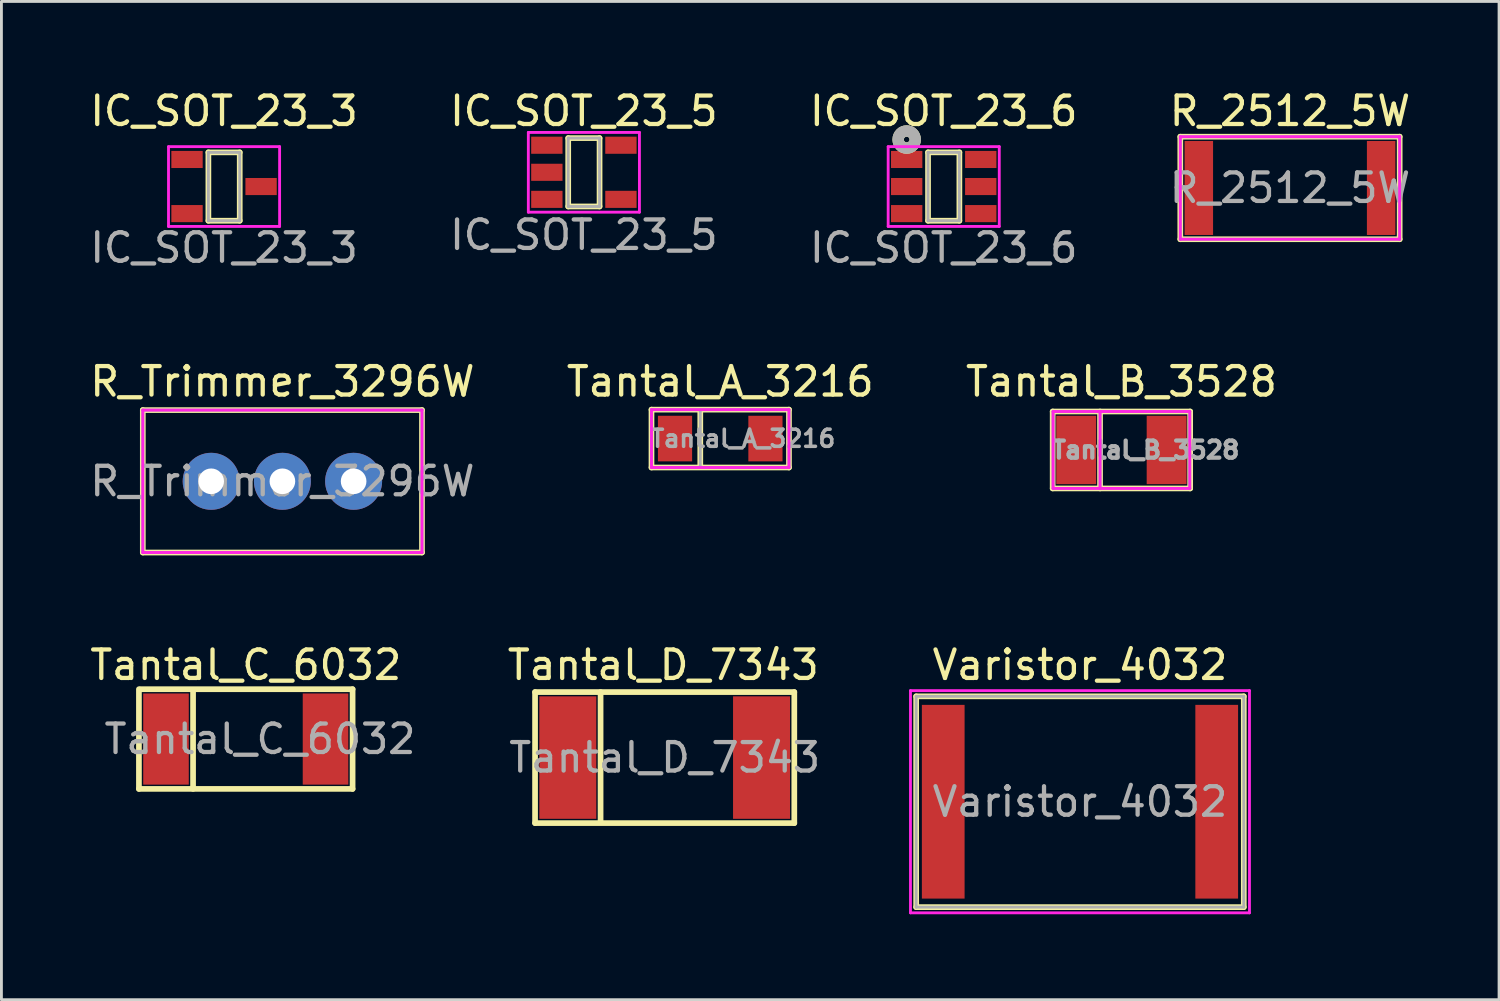
<source format=kicad_pcb>
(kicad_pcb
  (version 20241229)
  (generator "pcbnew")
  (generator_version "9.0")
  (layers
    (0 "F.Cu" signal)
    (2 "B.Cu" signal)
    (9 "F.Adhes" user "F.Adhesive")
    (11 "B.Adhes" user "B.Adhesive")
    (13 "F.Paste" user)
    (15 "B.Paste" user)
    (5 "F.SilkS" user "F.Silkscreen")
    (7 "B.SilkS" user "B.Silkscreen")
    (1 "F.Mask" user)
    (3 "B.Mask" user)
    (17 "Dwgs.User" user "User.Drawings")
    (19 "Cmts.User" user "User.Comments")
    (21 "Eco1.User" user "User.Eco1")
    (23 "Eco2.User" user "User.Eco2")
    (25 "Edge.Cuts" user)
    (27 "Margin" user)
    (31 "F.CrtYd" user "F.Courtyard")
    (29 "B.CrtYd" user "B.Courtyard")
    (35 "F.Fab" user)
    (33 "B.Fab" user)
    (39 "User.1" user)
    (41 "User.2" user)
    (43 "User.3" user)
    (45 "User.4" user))
  (footprint "IC_SOT_23_3"
    (layer "F.Cu")
    (at 4.815 3.498)
    (property "Reference" "IC_SOT_23_3" (at 0 -2.65 0) (layer "F.SilkS") (effects (font (size 1 1) (thickness 0.15))))
    (attr through_hole)
    (fp_line (start -0.55 -1.2) (end 0.55 -1.2) (stroke (width 0.2) (type solid)) (layer "F.SilkS"))
    (fp_line (start -0.55 1.2) (end -0.55 -1.2) (stroke (width 0.2) (type solid)) (layer "F.SilkS"))
    (fp_line (start 0.55 -1.2) (end 0.55 1.2) (stroke (width 0.2) (type solid)) (layer "F.SilkS"))
    (fp_line (start 0.55 1.2) (end -0.55 1.2) (stroke (width 0.2) (type solid)) (layer "F.SilkS"))
    (fp_line (start -1.95 -1.4) (end 1.95 -1.4) (stroke (width 0.1) (type solid)) (layer "F.CrtYd"))
    (fp_line (start -1.95 1.4) (end -1.95 -1.4) (stroke (width 0.1) (type solid)) (layer "F.CrtYd"))
    (fp_line (start 1.95 -1.4) (end 1.95 1.4) (stroke (width 0.1) (type solid)) (layer "F.CrtYd"))
    (fp_line (start 1.95 1.4) (end -1.95 1.4) (stroke (width 0.1) (type solid)) (layer "F.CrtYd"))
    (fp_line (start -0.55 -1.2) (end 0.55 -1.2) (stroke (width 0.1) (type solid)) (layer "F.Fab"))
    (fp_line (start -0.55 1.2) (end -0.55 -1.2) (stroke (width 0.1) (type solid)) (layer "F.Fab"))
    (fp_line (start 0.55 -1.2) (end 0.55 1.2) (stroke (width 0.1) (type solid)) (layer "F.Fab"))
    (fp_line (start 0.55 1.2) (end -0.55 1.2) (stroke (width 0.1) (type solid)) (layer "F.Fab"))
    (fp_text user "${REFERENCE}" (at 0 2.15 0) (layer "F.Fab") (effects (font (size 1 1) (thickness 0.15))))
    (pad "1" smd rect (at -1.3 -0.95) (size 1.1 0.6) (layers "F.Cu" "F.Mask" "F.Paste"))
    (pad "2" smd rect (at -1.3 0.95) (size 1.1 0.6) (layers "F.Cu" "F.Mask" "F.Paste"))
    (pad "3" smd rect (at 1.3 0) (size 1.1 0.6) (layers "F.Cu" "F.Mask" "F.Paste")))
  (footprint "IC_SOT_23_5"
    (layer "F.Cu")
    (at 17.446 2.998)
    (property "Reference" "IC_SOT_23_5" (at 0 -2.15 0) (layer "F.SilkS") (effects (font (size 1 1) (thickness 0.15))))
    (attr through_hole)
    (fp_line (start -0.55 -1.2) (end 0.55 -1.2) (stroke (width 0.2) (type solid)) (layer "F.SilkS"))
    (fp_line (start -0.55 1.2) (end -0.55 -1.2) (stroke (width 0.2) (type solid)) (layer "F.SilkS"))
    (fp_line (start 0.55 -1.2) (end 0.55 1.2) (stroke (width 0.2) (type solid)) (layer "F.SilkS"))
    (fp_line (start 0.55 1.2) (end -0.55 1.2) (stroke (width 0.2) (type solid)) (layer "F.SilkS"))
    (fp_line (start -1.95 -1.4) (end 1.95 -1.4) (stroke (width 0.1) (type solid)) (layer "F.CrtYd"))
    (fp_line (start -1.95 1.4) (end -1.95 -1.4) (stroke (width 0.1) (type solid)) (layer "F.CrtYd"))
    (fp_line (start 1.95 -1.4) (end 1.95 1.4) (stroke (width 0.1) (type solid)) (layer "F.CrtYd"))
    (fp_line (start 1.95 1.4) (end -1.95 1.4) (stroke (width 0.1) (type solid)) (layer "F.CrtYd"))
    (fp_line (start -0.55 -1.2) (end 0.55 -1.2) (stroke (width 0.1) (type solid)) (layer "F.Fab"))
    (fp_line (start -0.55 1.2) (end -0.55 -1.2) (stroke (width 0.1) (type solid)) (layer "F.Fab"))
    (fp_line (start 0.55 -1.2) (end 0.55 1.2) (stroke (width 0.1) (type solid)) (layer "F.Fab"))
    (fp_line (start 0.55 1.2) (end -0.55 1.2) (stroke (width 0.1) (type solid)) (layer "F.Fab"))
    (fp_text user "${REFERENCE}" (at 0 2.2 0) (layer "F.Fab") (effects (font (size 1 1) (thickness 0.15))))
    (pad "1" smd rect (at -1.3 -0.95) (size 1.1 0.6) (layers "F.Cu" "F.Mask" "F.Paste"))
    (pad "2" smd rect (at -1.3 0) (size 1.1 0.6) (layers "F.Cu" "F.Mask" "F.Paste"))
    (pad "3" smd rect (at -1.3 0.95) (size 1.1 0.6) (layers "F.Cu" "F.Mask" "F.Paste"))
    (pad "4" smd rect (at 1.3 0.95) (size 1.1 0.6) (layers "F.Cu" "F.Mask" "F.Paste"))
    (pad "5" smd rect (at 1.3 -0.95) (size 1.1 0.6) (layers "F.Cu" "F.Mask" "F.Paste")))
  (footprint "Varistor_4032"
    (layer "F.Cu")
    (at 34.86 25.093)
    (property "Reference" "Varistor_4032" (at 0 -4.8 0) (layer "F.SilkS") (effects (font (size 1 1) (thickness 0.15))))
    (attr through_hole)
    (fp_line (start -5.75 -3.7) (end -5.75 3.7) (stroke (width 0.2) (type solid)) (layer "F.SilkS"))
    (fp_line (start -5.75 3.7) (end 5.75 3.7) (stroke (width 0.2) (type solid)) (layer "F.SilkS"))
    (fp_line (start 5.75 -3.7) (end -5.75 -3.7) (stroke (width 0.2) (type solid)) (layer "F.SilkS"))
    (fp_line (start 5.75 3.7) (end 5.75 -3.7) (stroke (width 0.2) (type solid)) (layer "F.SilkS"))
    (fp_line (start -5.95 -3.9) (end -5.95 3.9) (stroke (width 0.1) (type solid)) (layer "F.CrtYd"))
    (fp_line (start -5.95 3.9) (end 5.95 3.9) (stroke (width 0.1) (type solid)) (layer "F.CrtYd"))
    (fp_line (start 5.95 -3.9) (end -5.95 -3.9) (stroke (width 0.1) (type solid)) (layer "F.CrtYd"))
    (fp_line (start 5.95 3.9) (end 5.95 -3.9) (stroke (width 0.1) (type solid)) (layer "F.CrtYd"))
    (fp_line (start -5.75 -3.7) (end -5.75 3.7) (stroke (width 0.1) (type solid)) (layer "F.Fab"))
    (fp_line (start -5.75 3.7) (end 5.75 3.7) (stroke (width 0.1) (type solid)) (layer "F.Fab"))
    (fp_line (start 5.75 -3.7) (end -5.75 -3.7) (stroke (width 0.1) (type solid)) (layer "F.Fab"))
    (fp_line (start 5.75 3.7) (end 5.75 -3.7) (stroke (width 0.1) (type solid)) (layer "F.Fab"))
    (fp_text user "${REFERENCE}" (at 0 0 0) (layer "F.Fab") (effects (font (size 1 1) (thickness 0.15))))
    (pad "1" smd rect (at -4.8 0 90) (size 6.8 1.5) (layers "F.Cu" "F.Mask" "F.Paste"))
    (pad "2" smd rect (at 4.8 0 90) (size 6.8 1.5) (layers "F.Cu" "F.Mask" "F.Paste")))
  (footprint "R_Trimmer_3296W"
    (layer "F.Cu")
    (at 6.863 13.845)
    (property "Reference" "R_Trimmer_3296W" (at 0 -3.5 0) (layer "F.SilkS") (effects (font (size 1 1) (thickness 0.15))))
    (attr through_hole)
    (fp_line (start -4.9 -2.5) (end 4.9 -2.5) (stroke (width 0.2) (type solid)) (layer "F.SilkS"))
    (fp_line (start -4.9 2.5) (end -4.9 -2.5) (stroke (width 0.2) (type solid)) (layer "F.SilkS"))
    (fp_line (start 4.9 -2.5) (end 4.9 2.5) (stroke (width 0.2) (type solid)) (layer "F.SilkS"))
    (fp_line (start 4.9 2.5) (end -4.9 2.5) (stroke (width 0.2) (type solid)) (layer "F.SilkS"))
    (fp_line (start -4.9 -2.5) (end 4.9 -2.5) (stroke (width 0.1) (type solid)) (layer "F.CrtYd"))
    (fp_line (start -4.9 2.5) (end -4.9 -2.5) (stroke (width 0.1) (type solid)) (layer "F.CrtYd"))
    (fp_line (start 4.9 -2.5) (end 4.9 2.5) (stroke (width 0.1) (type solid)) (layer "F.CrtYd"))
    (fp_line (start 4.9 2.5) (end -4.9 2.5) (stroke (width 0.1) (type solid)) (layer "F.CrtYd"))
    (fp_line (start -4.9 -2.5) (end 4.9 -2.5) (stroke (width 0.1) (type solid)) (layer "F.Fab"))
    (fp_line (start -4.9 2.5) (end -4.9 -2.5) (stroke (width 0.1) (type solid)) (layer "F.Fab"))
    (fp_line (start 4.9 -2.5) (end 4.9 2.5) (stroke (width 0.1) (type solid)) (layer "F.Fab"))
    (fp_line (start 4.9 2.5) (end -4.9 2.5) (stroke (width 0.1) (type solid)) (layer "F.Fab"))
    (fp_text user "${REFERENCE}" (at 0 0 0) (layer "F.Fab") (effects (font (size 1 1) (thickness 0.15))))
    (pad "1" thru_hole circle (at -2.5 0 90) (size 2 2) (drill 0.9) (layers "*.Cu" "*.Mask"))
    (pad "2" thru_hole circle (at 0 0 90) (size 2 2) (drill 0.9) (layers "*.Cu" "*.Mask"))
    (pad "3" thru_hole circle (at 2.5 0 90) (size 2 2) (drill 0.9) (layers "*.Cu" "*.Mask")))
  (footprint "Tantal_C_6032"
    (layer "F.Cu")
    (at 5.577 22.893)
    (property "Reference" "Tantal_C_6032" (at 0 -2.6 0) (layer "F.SilkS") (effects (font (size 1 1) (thickness 0.15))))
    (attr through_hole)
    (fp_line (start -3.75 1.75) (end -3.75 -1.75) (stroke (width 0.2) (type solid)) (layer "F.SilkS"))
    (fp_line (start -3.7 -1.75) (end 3.75 -1.75) (stroke (width 0.2) (type solid)) (layer "F.SilkS"))
    (fp_line (start -1.85 1.75) (end -1.85 -1.7) (stroke (width 0.2) (type solid)) (layer "F.SilkS"))
    (fp_line (start 3.75 -1.75) (end 3.75 1.75) (stroke (width 0.2) (type solid)) (layer "F.SilkS"))
    (fp_line (start 3.75 1.75) (end -3.75 1.75) (stroke (width 0.2) (type solid)) (layer "F.SilkS"))
    (fp_text user "${REFERENCE}" (at 0.5 0 0) (layer "F.Fab") (effects (font (size 1 1) (thickness 0.15))))
    (pad "1" smd rect (at -2.8 0) (size 1.6 3.2) (layers "F.Cu" "F.Mask" "F.Paste"))
    (pad "2" smd rect (at 2.8 0 180) (size 1.6 3.2) (layers "F.Cu" "F.Mask" "F.Paste")))
  (footprint "Tantal_A_3216"
    (layer "F.Cu")
    (at 22.232 12.345)
    (property "Reference" "Tantal_A_3216" (at 0 -2 0) (layer "F.SilkS") (effects (font (size 1 1) (thickness 0.15))))
    (attr through_hole)
    (fp_line (start -2.413 -1.016) (end 2.413 -1.016) (stroke (width 0.2) (type solid)) (layer "F.SilkS"))
    (fp_line (start -2.413 1.016) (end -2.413 -1.016) (stroke (width 0.2) (type solid)) (layer "F.SilkS"))
    (fp_line (start -0.7 1) (end -0.7 -1) (stroke (width 0.2) (type solid)) (layer "F.SilkS"))
    (fp_line (start 2.413 -1.016) (end 2.413 1.016) (stroke (width 0.2) (type solid)) (layer "F.SilkS"))
    (fp_line (start 2.413 1.016) (end -2.413 1.016) (stroke (width 0.2) (type solid)) (layer "F.SilkS"))
    (fp_line (start -2.413 -1.016) (end 2.413 -1.016) (stroke (width 0.1) (type solid)) (layer "F.CrtYd"))
    (fp_line (start -2.413 1.016) (end -2.413 -1.016) (stroke (width 0.1) (type solid)) (layer "F.CrtYd"))
    (fp_line (start 2.413 -1.016) (end 2.413 1.016) (stroke (width 0.1) (type solid)) (layer "F.CrtYd"))
    (fp_line (start 2.413 1.016) (end -2.413 1.016) (stroke (width 0.1) (type solid)) (layer "F.CrtYd"))
    (fp_line (start -2.413 -1.016) (end 2.413 -1.016) (stroke (width 0.1) (type solid)) (layer "F.Fab"))
    (fp_line (start -2.413 1.016) (end -2.413 -1.016) (stroke (width 0.1) (type solid)) (layer "F.Fab"))
    (fp_line (start -0.7 1) (end -0.7 -1) (stroke (width 0.1) (type solid)) (layer "F.Fab"))
    (fp_line (start 2.413 -1.016) (end 2.413 1.016) (stroke (width 0.1) (type solid)) (layer "F.Fab"))
    (fp_line (start 2.413 1.016) (end -2.413 1.016) (stroke (width 0.1) (type solid)) (layer "F.Fab"))
    (fp_text user "${REFERENCE}" (at 0.8 0 0) (layer "F.Fab") (effects (font (size 0.6 0.6) (thickness 0.125))))
    (pad "1" smd rect (at -1.587 0) (size 1.2 1.6) (layers "F.Cu" "F.Mask" "F.Paste"))
    (pad "2" smd rect (at 1.587 0) (size 1.2 1.6) (layers "F.Cu" "F.Mask" "F.Paste")))
  (footprint "Tantal_B_3528"
    (layer "F.Cu")
    (at 36.315 12.745)
    (property "Reference" "Tantal_B_3528" (at 0 -2.4 0) (layer "F.SilkS") (effects (font (size 1 1) (thickness 0.15))))
    (attr through_hole)
    (fp_line (start -2.413 -1.35) (end 2.413 -1.35) (stroke (width 0.2) (type solid)) (layer "F.SilkS"))
    (fp_line (start -2.413 1.35) (end -2.413 -1.35) (stroke (width 0.2) (type solid)) (layer "F.SilkS"))
    (fp_line (start -0.75 1.35) (end -0.75 -1.35) (stroke (width 0.2) (type solid)) (layer "F.SilkS"))
    (fp_line (start 2.413 -1.35) (end 2.413 1.35) (stroke (width 0.2) (type solid)) (layer "F.SilkS"))
    (fp_line (start 2.413 1.35) (end -2.413 1.35) (stroke (width 0.2) (type solid)) (layer "F.SilkS"))
    (fp_line (start -2.4 -1.35) (end -2.4 1.35) (stroke (width 0.1) (type solid)) (layer "F.CrtYd"))
    (fp_line (start -2.4 1.35) (end 2.4 1.35) (stroke (width 0.1) (type solid)) (layer "F.CrtYd"))
    (fp_line (start -0.75 1.35) (end -0.75 -1.35) (stroke (width 0.1) (type solid)) (layer "F.CrtYd"))
    (fp_line (start 2.4 -1.35) (end -2.4 -1.35) (stroke (width 0.1) (type solid)) (layer "F.CrtYd"))
    (fp_line (start 2.4 1.35) (end 2.4 -1.35) (stroke (width 0.1) (type solid)) (layer "F.CrtYd"))
    (fp_line (start -2.4 -1.35) (end -2.4 1.35) (stroke (width 0.1) (type solid)) (layer "F.Fab"))
    (fp_line (start -2.4 1.35) (end 2.4 1.35) (stroke (width 0.1) (type solid)) (layer "F.Fab"))
    (fp_line (start -0.75 1.35) (end -0.75 -1.35) (stroke (width 0.1) (type solid)) (layer "F.Fab"))
    (fp_line (start 2.4 -1.35) (end -2.4 -1.35) (stroke (width 0.1) (type solid)) (layer "F.Fab"))
    (fp_line (start 2.4 1.35) (end 2.4 -1.35) (stroke (width 0.1) (type solid)) (layer "F.Fab"))
    (fp_text user "${REFERENCE}" (at 0.85 0 0) (layer "F.Fab") (effects (font (size 0.6 0.6) (thickness 0.15))))
    (pad "1" smd rect (at -1.587 0) (size 1.4 2.4) (layers "F.Cu" "F.Mask" "F.Paste"))
    (pad "2" smd rect (at 1.587 0) (size 1.4 2.4) (layers "F.Cu" "F.Mask" "F.Paste")))
  (footprint "IC_SOT_23_6"
    (layer "F.Cu")
    (at 30.077 3.498)
    (property "Reference" "IC_SOT_23_6" (at 0 -2.65 0) (layer "F.SilkS") (effects (font (size 1 1) (thickness 0.15))))
    (attr through_hole)
    (fp_line (start -0.55 -1.2) (end 0.55 -1.2) (stroke (width 0.2) (type solid)) (layer "F.SilkS"))
    (fp_line (start -0.55 1.2) (end -0.55 -1.2) (stroke (width 0.2) (type solid)) (layer "F.SilkS"))
    (fp_line (start 0.55 -1.2) (end 0.55 1.2) (stroke (width 0.2) (type solid)) (layer "F.SilkS"))
    (fp_line (start 0.55 1.2) (end -0.55 1.2) (stroke (width 0.2) (type solid)) (layer "F.SilkS"))
    (fp_circle (center -1.3 -1.65) (end -1.2 -1.65) (stroke (width 0.4) (type solid)) (fill no) (layer "F.SilkS"))
    (fp_line (start -1.95 -1.4) (end 1.95 -1.4) (stroke (width 0.1) (type solid)) (layer "F.CrtYd"))
    (fp_line (start -1.95 1.4) (end -1.95 -1.4) (stroke (width 0.1) (type solid)) (layer "F.CrtYd"))
    (fp_line (start 1.95 -1.4) (end 1.95 1.4) (stroke (width 0.1) (type solid)) (layer "F.CrtYd"))
    (fp_line (start 1.95 1.4) (end -1.95 1.4) (stroke (width 0.1) (type solid)) (layer "F.CrtYd"))
    (fp_line (start -0.55 -1.2) (end 0.55 -1.2) (stroke (width 0.1) (type solid)) (layer "F.Fab"))
    (fp_line (start -0.55 1.2) (end -0.55 -1.2) (stroke (width 0.1) (type solid)) (layer "F.Fab"))
    (fp_line (start 0.55 -1.2) (end 0.55 1.2) (stroke (width 0.1) (type solid)) (layer "F.Fab"))
    (fp_line (start 0.55 1.2) (end -0.55 1.2) (stroke (width 0.1) (type solid)) (layer "F.Fab"))
    (fp_circle (center -1.3 -1.65) (end -1.2 -1.65) (stroke (width 0.4) (type solid)) (fill no) (layer "F.Fab"))
    (fp_text user "${REFERENCE}" (at 0 2.15 0) (layer "F.Fab") (effects (font (size 1 1) (thickness 0.15))))
    (pad "1" smd rect (at -1.3 -0.95) (size 1.1 0.6) (layers "F.Cu" "F.Mask" "F.Paste"))
    (pad "2" smd rect (at -1.3 0) (size 1.1 0.6) (layers "F.Cu" "F.Mask" "F.Paste"))
    (pad "3" smd rect (at -1.3 0.95) (size 1.1 0.6) (layers "F.Cu" "F.Mask" "F.Paste"))
    (pad "4" smd rect (at 1.3 0.95) (size 1.1 0.6) (layers "F.Cu" "F.Mask" "F.Paste"))
    (pad "5" smd rect (at 1.3 0) (size 1.1 0.6) (layers "F.Cu" "F.Mask" "F.Paste"))
    (pad "6" smd rect (at 1.3 -0.95) (size 1.1 0.6) (layers "F.Cu" "F.Mask" "F.Paste")))
  (footprint "R_2512_5W"
    (layer "F.Cu")
    (at 42.232 3.548)
    (property "Reference" "R_2512_5W" (at 0 -2.7 0) (layer "F.SilkS") (effects (font (size 1 1) (thickness 0.15))))
    (attr through_hole)
    (fp_line (start -3.85 -1.8) (end -3.85 1.8) (stroke (width 0.2) (type solid)) (layer "F.SilkS"))
    (fp_line (start -3.85 1.8) (end 3.85 1.8) (stroke (width 0.2) (type solid)) (layer "F.SilkS"))
    (fp_line (start 3.85 -1.8) (end -3.85 -1.8) (stroke (width 0.2) (type solid)) (layer "F.SilkS"))
    (fp_line (start 3.85 1.8) (end 3.85 -1.8) (stroke (width 0.2) (type solid)) (layer "F.SilkS"))
    (fp_line (start -3.85 -1.8) (end -3.85 1.8) (stroke (width 0.1) (type solid)) (layer "F.CrtYd"))
    (fp_line (start -3.85 1.8) (end 3.85 1.8) (stroke (width 0.1) (type solid)) (layer "F.CrtYd"))
    (fp_line (start 3.85 -1.8) (end -3.85 -1.8) (stroke (width 0.1) (type solid)) (layer "F.CrtYd"))
    (fp_line (start 3.85 1.8) (end 3.85 -1.8) (stroke (width 0.1) (type solid)) (layer "F.CrtYd"))
    (fp_line (start -3.85 -1.8) (end -3.85 1.8) (stroke (width 0.1) (type solid)) (layer "F.Fab"))
    (fp_line (start -3.85 1.8) (end 3.85 1.8) (stroke (width 0.1) (type solid)) (layer "F.Fab"))
    (fp_line (start 3.85 -1.8) (end -3.85 -1.8) (stroke (width 0.1) (type solid)) (layer "F.Fab"))
    (fp_line (start 3.85 1.8) (end 3.85 -1.8) (stroke (width 0.1) (type solid)) (layer "F.Fab"))
    (fp_text user "${REFERENCE}" (at 0 0 0) (layer "F.Fab") (effects (font (size 1 1) (thickness 0.15))))
    (pad "1" smd rect (at -3.2 0 90) (size 3.3 1) (layers "F.Cu" "F.Mask" "F.Paste"))
    (pad "2" smd rect (at 3.2 0 90) (size 3.3 1) (layers "F.Cu" "F.Mask" "F.Paste")))
  (footprint "Tantal_D_7343"
    (layer "F.Cu")
    (at 20.282 23.543)
    (property "Reference" "Tantal_D_7343" (at -0.05 -3.25 0) (layer "F.SilkS") (effects (font (size 1 1) (thickness 0.15))))
    (attr through_hole)
    (fp_line (start -4.55 -2.3) (end -4.55 2.3) (stroke (width 0.2) (type solid)) (layer "F.SilkS"))
    (fp_line (start -4.55 2.3) (end 4.55 2.3) (stroke (width 0.2) (type solid)) (layer "F.SilkS"))
    (fp_line (start -2.25 2.25) (end -2.25 -2.3) (stroke (width 0.2) (type solid)) (layer "F.SilkS"))
    (fp_line (start 4.55 -2.3) (end -4.55 -2.3) (stroke (width 0.2) (type solid)) (layer "F.SilkS"))
    (fp_line (start 4.55 2.3) (end 4.55 -2.3) (stroke (width 0.2) (type solid)) (layer "F.SilkS"))
    (fp_text user "${REFERENCE}" (at 0 0 0) (layer "F.Fab") (effects (font (size 1 1) (thickness 0.15))))
    (pad "1" smd rect (at -3.4 0 180) (size 2 4.3) (layers "F.Cu" "F.Mask" "F.Paste"))
    (pad "2" smd rect (at 3.4 0 180) (size 2 4.3) (layers "F.Cu" "F.Mask" "F.Paste")))
  (gr_rect
    (start -3 -3)
    (end 49.571 32.043)
    (stroke (width 0.1) (type default))
    (fill no)
    (layer "Edge.Cuts")))
</source>
